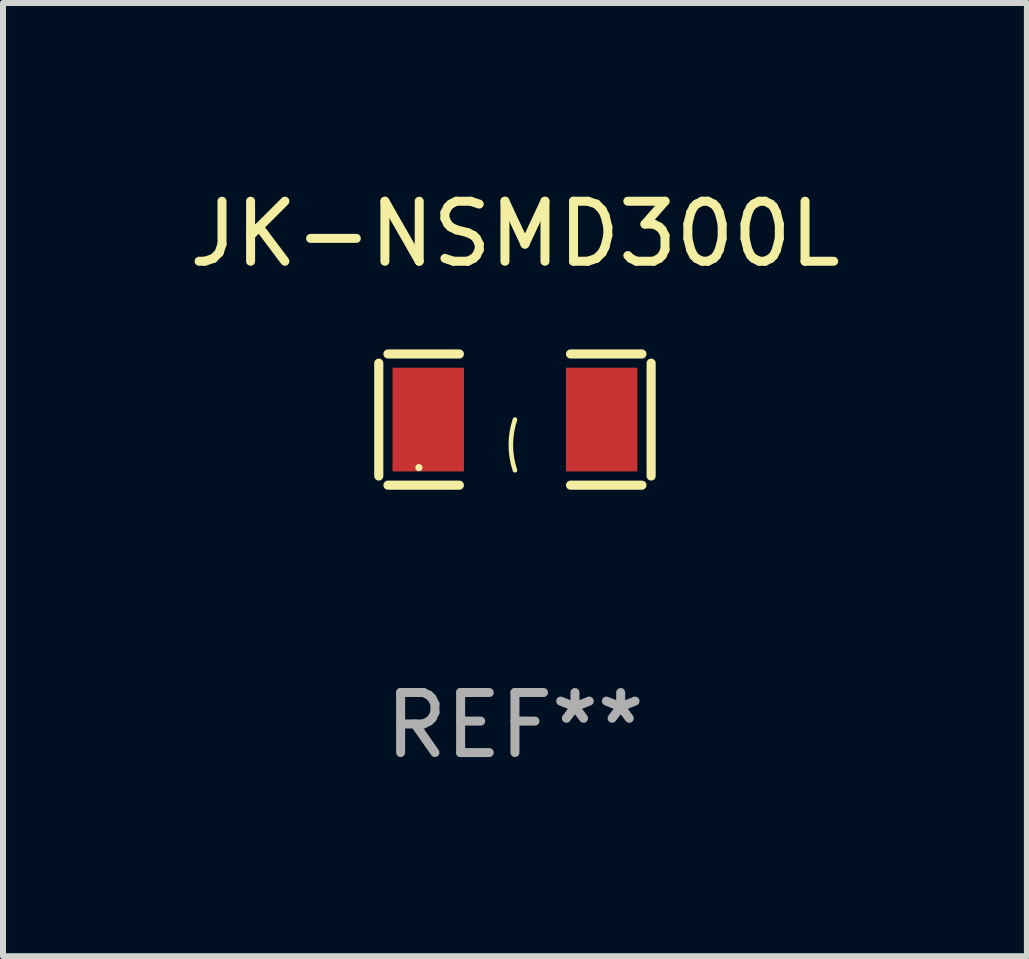
<source format=kicad_pcb>
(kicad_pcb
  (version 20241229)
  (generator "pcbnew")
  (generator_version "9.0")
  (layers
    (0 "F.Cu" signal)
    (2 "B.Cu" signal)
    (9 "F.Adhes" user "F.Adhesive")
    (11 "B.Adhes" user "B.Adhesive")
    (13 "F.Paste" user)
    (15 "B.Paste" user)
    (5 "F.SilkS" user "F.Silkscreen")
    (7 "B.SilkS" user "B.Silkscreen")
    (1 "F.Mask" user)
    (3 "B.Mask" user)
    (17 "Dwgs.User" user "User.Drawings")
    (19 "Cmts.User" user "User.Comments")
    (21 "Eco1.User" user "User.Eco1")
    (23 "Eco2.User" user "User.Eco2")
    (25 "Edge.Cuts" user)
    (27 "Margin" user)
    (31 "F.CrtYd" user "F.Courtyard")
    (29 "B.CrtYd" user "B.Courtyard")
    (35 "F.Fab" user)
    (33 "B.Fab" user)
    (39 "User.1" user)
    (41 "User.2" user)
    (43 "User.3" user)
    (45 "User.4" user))
  (footprint "JK-NSMD300L"
    (layer "F.Cu")
    (at 5.53 3.941)
    (property "Reference" "JK-NSMD300L" (at 0 -3.093 0) (layer "F.SilkS") (effects (font (size 1 1) (thickness 0.15))))
    (attr through_hole)
    (fp_line (start -2.269 -0.94) (end -2.269 0.94) (stroke (width 0.152) (type solid)) (layer "F.SilkS"))
    (fp_line (start -2.116 1.093) (end -0.926 1.093) (stroke (width 0.152) (type solid)) (layer "F.SilkS"))
    (fp_line (start -0.926 -1.093) (end -2.116 -1.093) (stroke (width 0.152) (type solid)) (layer "F.SilkS"))
    (fp_line (start 0.926 -1.093) (end 2.116 -1.093) (stroke (width 0.152) (type solid)) (layer "F.SilkS"))
    (fp_line (start 2.116 1.093) (end 0.926 1.093) (stroke (width 0.152) (type solid)) (layer "F.SilkS"))
    (fp_line (start 2.269 -0.94) (end 2.269 0.94) (stroke (width 0.152) (type solid)) (layer "F.SilkS"))
    (fp_arc (start 0 0.844951) (mid -0.068559 0.422475) (end 0 0) (stroke (width 0.0762) (type solid)) (layer "F.SilkS"))
    (fp_circle (center -1.6 0.8) (end -1.57 0.8) (stroke (width 0.06) (type solid)) (fill no) (layer "F.SilkS"))
    (fp_text user "REF**" (at 0 5.093 0) (layer "F.Fab") (effects (font (size 1 1) (thickness 0.15))))
    (pad "1" smd rect (at -1.445 0) (size 1.19 1.728) (layers "F.Cu" "F.Mask" "F.Paste"))
    (pad "2" smd rect (at 1.445 0) (size 1.19 1.728) (layers "F.Cu" "F.Mask" "F.Paste")))
  (gr_rect
    (start -3 -3)
    (end 14.06 12.882)
    (stroke (width 0.1) (type default))
    (fill no)
    (layer "Edge.Cuts")))
</source>
